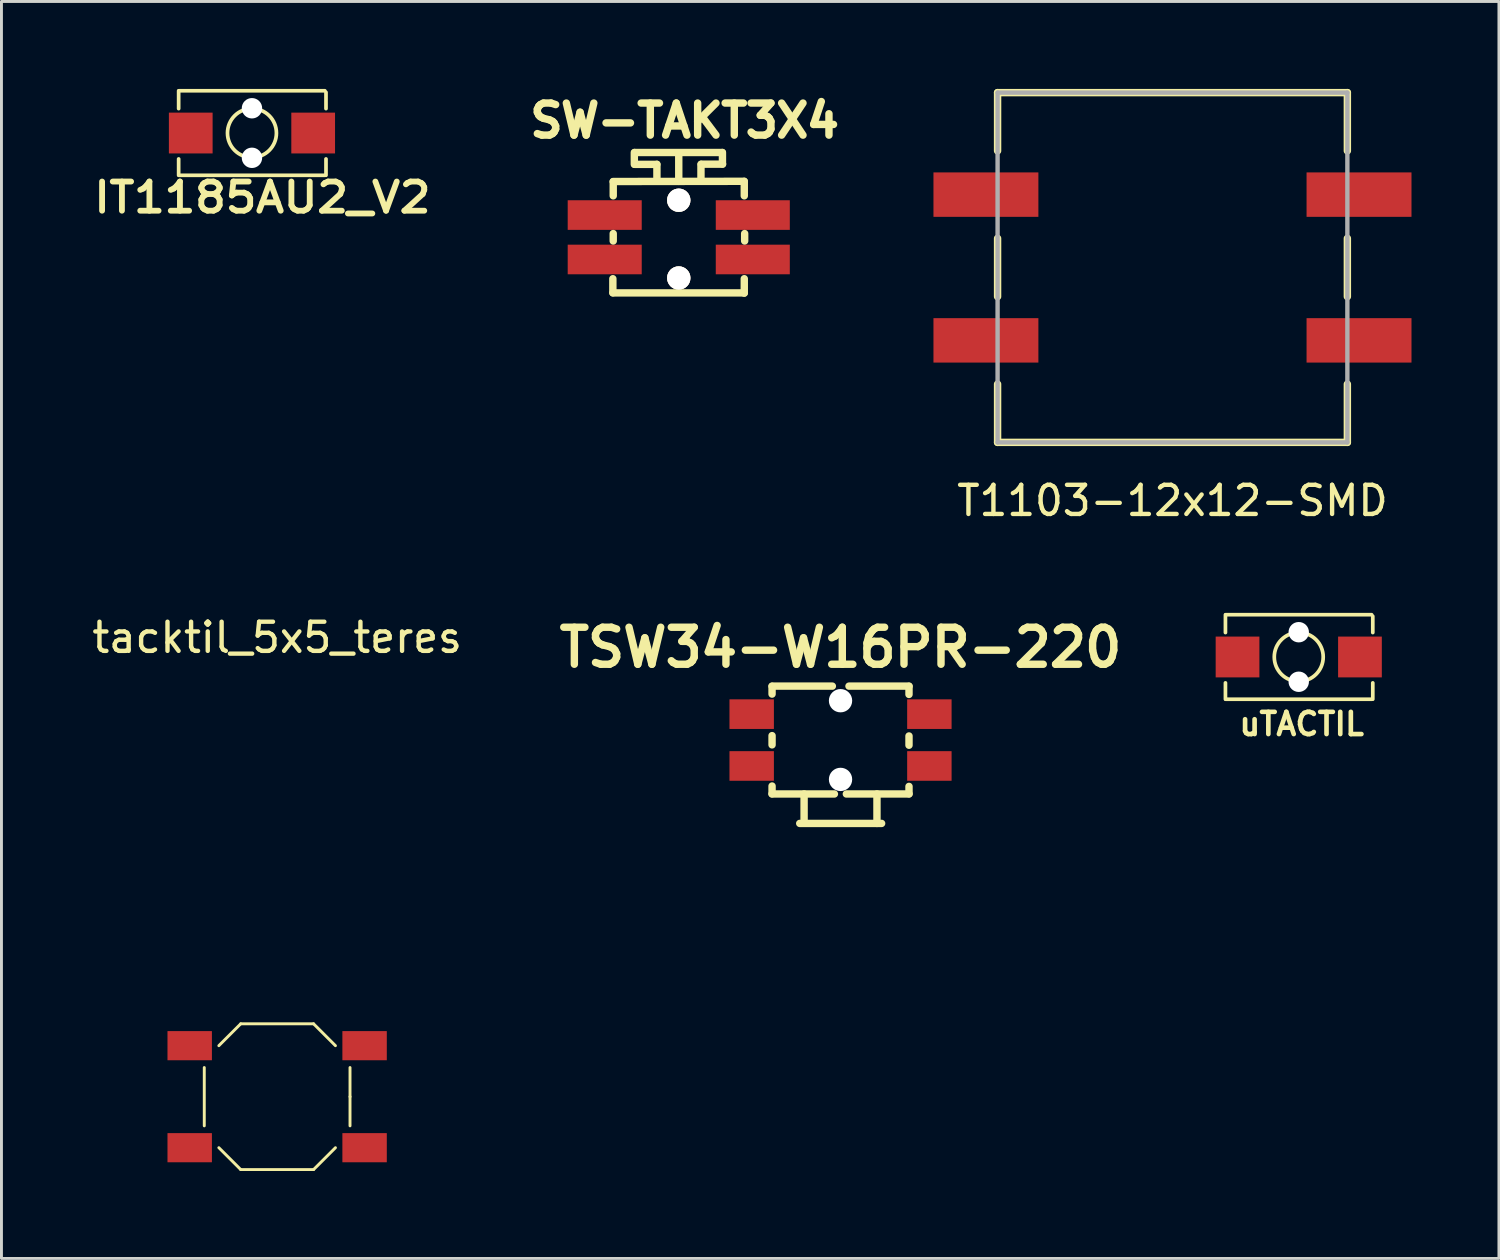
<source format=kicad_pcb>
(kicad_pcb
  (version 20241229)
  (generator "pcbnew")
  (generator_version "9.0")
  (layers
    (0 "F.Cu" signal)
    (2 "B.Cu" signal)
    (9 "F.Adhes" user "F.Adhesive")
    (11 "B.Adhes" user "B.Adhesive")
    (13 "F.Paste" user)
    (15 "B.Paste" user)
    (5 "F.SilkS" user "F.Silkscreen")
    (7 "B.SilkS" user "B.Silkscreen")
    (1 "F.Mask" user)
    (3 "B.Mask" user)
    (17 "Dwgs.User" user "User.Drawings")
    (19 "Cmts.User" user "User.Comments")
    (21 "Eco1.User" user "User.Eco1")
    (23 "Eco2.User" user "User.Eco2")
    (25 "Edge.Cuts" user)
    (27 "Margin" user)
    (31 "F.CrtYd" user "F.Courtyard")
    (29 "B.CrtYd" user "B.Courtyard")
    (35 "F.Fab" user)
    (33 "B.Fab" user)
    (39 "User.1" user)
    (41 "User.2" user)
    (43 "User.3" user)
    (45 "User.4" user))
  (footprint "tacktil_5x5_teres"
    (layer "F.Cu")
    (at 6.458 34.574)
    (property "Reference" "tacktil_5x5_teres" (at 0 -15.75 0) (layer "F.SilkS") (effects (font (size 1 1) (thickness 0.15))))
    (attr through_hole)
    (fp_line (start -2.5 -1) (end -2.5 1) (stroke (width 0.1) (type solid)) (layer "F.SilkS"))
    (fp_line (start -1.25 -2.5) (end -2 -1.75) (stroke (width 0.1) (type solid)) (layer "F.SilkS"))
    (fp_line (start -1.25 2.5) (end -2 1.75) (stroke (width 0.1) (type solid)) (layer "F.SilkS"))
    (fp_line (start -1.25 2.5) (end 1.25 2.5) (stroke (width 0.1) (type solid)) (layer "F.SilkS"))
    (fp_line (start 1.25 -2.5) (end -1.25 -2.5) (stroke (width 0.1) (type solid)) (layer "F.SilkS"))
    (fp_line (start 1.25 -2.5) (end 2 -1.75) (stroke (width 0.1) (type solid)) (layer "F.SilkS"))
    (fp_line (start 1.25 2.5) (end 2 1.75) (stroke (width 0.1) (type solid)) (layer "F.SilkS"))
    (fp_line (start 2.5 0) (end 2.5 -1) (stroke (width 0.1) (type solid)) (layer "F.SilkS"))
    (fp_line (start 2.5 0) (end 2.5 1) (stroke (width 0.1) (type solid)) (layer "F.SilkS"))
    (pad "1" smd rect (at -3 -1.75) (size 1.524 1) (layers "F.Cu" "F.Mask" "F.Paste"))
    (pad "1" smd rect (at 3 -1.75) (size 1.524 1) (layers "F.Cu" "F.Mask" "F.Paste"))
    (pad "2" smd rect (at -3 1.75) (size 1.524 1) (layers "F.Cu" "F.Mask" "F.Paste"))
    (pad "2" smd rect (at 3 1.75) (size 1.524 1) (layers "F.Cu" "F.Mask" "F.Paste")))
  (footprint "uTACTIL"
    (layer "F.Cu")
    (at 41.506 19.489)
    (property "Reference" "uTACTIL" (at 0.1 2.3 180) (layer "F.SilkS") (effects (font (size 0.762 0.762) (thickness 0.159))))
    (attr smd)
    (fp_line (start -2.515 -1.448) (end -2.515 -0.838) (stroke (width 0.127) (type solid)) (layer "F.SilkS"))
    (fp_line (start -2.515 0.889) (end -2.515 1.448) (stroke (width 0.127) (type solid)) (layer "F.SilkS"))
    (fp_line (start -2.5 -1.45) (end 2.5 -1.45) (stroke (width 0.127) (type solid)) (layer "F.SilkS"))
    (fp_line (start -2.5 1.45) (end 2.5 1.45) (stroke (width 0.127) (type solid)) (layer "F.SilkS"))
    (fp_line (start 2.54 -1.397) (end 2.54 -0.838) (stroke (width 0.127) (type solid)) (layer "F.SilkS"))
    (fp_line (start 2.54 0.889) (end 2.54 1.448) (stroke (width 0.127) (type solid)) (layer "F.SilkS"))
    (fp_circle (center 0 0) (end 0.838 0.051) (stroke (width 0.127) (type solid)) (fill no) (layer "F.SilkS"))
    (pad "" np_thru_hole circle (at 0 -0.85) (size 0.7 0.7) (drill 0.7) (layers "*.Cu" "*.Mask"))
    (pad "" np_thru_hole circle (at 0 0.85) (size 0.7 0.7) (drill 0.7) (layers "*.Cu" "*.Mask"))
    (pad "1" smd rect (at -2.1 0) (size 1.5 1.4) (layers "F.Cu" "F.Mask" "F.Paste"))
    (pad "2" smd rect (at 2.1 0) (size 1.5 1.4) (layers "F.Cu" "F.Mask" "F.Paste")))
  (footprint "T1103-12x12-SMD"
    (layer "F.Cu")
    (at 37.174 6.127)
    (property "Reference" "T1103-12x12-SMD" (at 0 8 0) (layer "F.SilkS") (effects (font (size 1 1) (thickness 0.15))))
    (attr through_hole)
    (fp_line (start -6 -6) (end 6 -6) (stroke (width 0.254) (type solid)) (layer "F.SilkS"))
    (fp_line (start -6 -4) (end -6 -6) (stroke (width 0.254) (type solid)) (layer "F.SilkS"))
    (fp_line (start -6 1) (end -6 -1) (stroke (width 0.254) (type solid)) (layer "F.SilkS"))
    (fp_line (start -6 6) (end -6 4) (stroke (width 0.254) (type solid)) (layer "F.SilkS"))
    (fp_line (start 6 -6) (end 6 -4) (stroke (width 0.254) (type solid)) (layer "F.SilkS"))
    (fp_line (start 6 -1) (end 6 1) (stroke (width 0.254) (type solid)) (layer "F.SilkS"))
    (fp_line (start 6 4) (end 6 6) (stroke (width 0.254) (type solid)) (layer "F.SilkS"))
    (fp_line (start 6 6) (end -6 6) (stroke (width 0.254) (type solid)) (layer "F.SilkS"))
    (fp_line (start -6 -6) (end 6 -6) (stroke (width 0.15) (type solid)) (layer "F.Fab"))
    (fp_line (start -6 6) (end -6 -6) (stroke (width 0.15) (type solid)) (layer "F.Fab"))
    (fp_line (start 6 -6) (end 6 6) (stroke (width 0.15) (type solid)) (layer "F.Fab"))
    (fp_line (start 6 6) (end -6 6) (stroke (width 0.15) (type solid)) (layer "F.Fab"))
    (pad "1" smd rect (at -6.4 -2.5) (size 3.6 1.524) (layers "F.Cu" "F.Mask" "F.Paste"))
    (pad "2" smd rect (at 6.4 -2.5) (size 3.6 1.524) (layers "F.Cu" "F.Mask" "F.Paste"))
    (pad "3" smd rect (at -6.4 2.5) (size 3.6 1.524) (layers "F.Cu" "F.Mask" "F.Paste"))
    (pad "4" smd rect (at 6.4 2.5) (size 3.6 1.524) (layers "F.Cu" "F.Mask" "F.Paste")))
  (footprint "TSW34-W16PR-220"
    (layer "F.Cu")
    (at 25.786 22.339)
    (property "Reference" "TSW34-W16PR-220" (at 0 -3.175 0) (layer "F.SilkS") (effects (font (size 1.27 1.27) (thickness 0.254))))
    (attr smd)
    (fp_line (start -2.35 -1.85) (end -0.28 -1.85) (stroke (width 0.254) (type solid)) (layer "F.SilkS"))
    (fp_line (start -2.35 1.85) (end -0.21 1.85) (stroke (width 0.254) (type solid)) (layer "F.SilkS"))
    (fp_line (start -2.349 -1.844) (end -2.349 -1.577) (stroke (width 0.254) (type solid)) (layer "F.SilkS"))
    (fp_line (start -2.349 -0.152) (end -2.349 0.165) (stroke (width 0.254) (type solid)) (layer "F.SilkS"))
    (fp_line (start -2.349 1.844) (end -2.349 1.577) (stroke (width 0.254) (type solid)) (layer "F.SilkS"))
    (fp_line (start -1.4 2.86) (end 1.41 2.86) (stroke (width 0.254) (type solid)) (layer "F.SilkS"))
    (fp_line (start -1.25 1.85) (end -1.25 2.84) (stroke (width 0.254) (type solid)) (layer "F.SilkS"))
    (fp_line (start 1.25 1.85) (end 1.25 2.86) (stroke (width 0.254) (type solid)) (layer "F.SilkS"))
    (fp_line (start 2.349 -1.844) (end 2.349 -1.565) (stroke (width 0.254) (type solid)) (layer "F.SilkS"))
    (fp_line (start 2.349 -0.14) (end 2.349 0.178) (stroke (width 0.254) (type solid)) (layer "F.SilkS"))
    (fp_line (start 2.349 1.844) (end 2.349 1.59) (stroke (width 0.254) (type solid)) (layer "F.SilkS"))
    (fp_line (start 2.35 -1.85) (end 0.29 -1.85) (stroke (width 0.254) (type solid)) (layer "F.SilkS"))
    (fp_line (start 2.35 1.85) (end 0.2 1.85) (stroke (width 0.254) (type solid)) (layer "F.SilkS"))
    (pad "" np_thru_hole circle (at 0 -1.35) (size 0.8 0.8) (drill 0.8) (layers "*.Cu" "*.Mask"))
    (pad "" np_thru_hole circle (at 0 1.35) (size 0.8 0.8) (drill 0.8) (layers "*.Cu" "*.Mask"))
    (pad "1" smd rect (at -3.048 0.889) (size 1.524 1.016) (layers "F.Cu" "F.Mask" "F.Paste"))
    (pad "1" smd rect (at 3.048 0.889) (size 1.524 1.016) (layers "F.Cu" "F.Mask" "F.Paste"))
    (pad "2" smd rect (at -3.048 -0.889) (size 1.524 1.016) (layers "F.Cu" "F.Mask" "F.Paste"))
    (pad "2" smd rect (at 3.048 -0.889) (size 1.524 1.016) (layers "F.Cu" "F.Mask" "F.Paste")))
  (footprint "SW-TAKT3X4"
    (layer "F.Cu")
    (at 20.236 5.09)
    (property "Reference" "SW-TAKT3X4" (at 0.203 -4 0) (layer "F.SilkS") (effects (font (size 1.1 1.1) (thickness 0.254))))
    (attr smd)
    (fp_line (start -2.261 1.905) (end -2.261 1.422) (stroke (width 0.254) (type solid)) (layer "F.SilkS"))
    (fp_line (start -2.25 -1.913) (end 2.245 -1.92) (stroke (width 0.254) (type solid)) (layer "F.SilkS"))
    (fp_line (start -2.248 -1.905) (end -2.248 -1.422) (stroke (width 0.254) (type solid)) (layer "F.SilkS"))
    (fp_line (start -2.248 0.127) (end -2.248 -0.127) (stroke (width 0.254) (type solid)) (layer "F.SilkS"))
    (fp_line (start -1.524 -2.908) (end -1.524 -2.502) (stroke (width 0.254) (type solid)) (layer "F.SilkS"))
    (fp_line (start -1.509 -2.908) (end 1.491 -2.908) (stroke (width 0.254) (type solid)) (layer "F.SilkS"))
    (fp_line (start -0.754 -2.502) (end -1.509 -2.502) (stroke (width 0.254) (type solid)) (layer "F.SilkS"))
    (fp_line (start -0.749 -2.502) (end -0.749 -1.93) (stroke (width 0.254) (type solid)) (layer "F.SilkS"))
    (fp_line (start 0 -1.918) (end 0 -2.883) (stroke (width 0.254) (type solid)) (layer "F.SilkS"))
    (fp_line (start 0.762 -1.93) (end 0.762 -2.502) (stroke (width 0.254) (type solid)) (layer "F.SilkS"))
    (fp_line (start 1.499 -2.908) (end 1.499 -2.515) (stroke (width 0.254) (type solid)) (layer "F.SilkS"))
    (fp_line (start 1.504 -2.507) (end 0.772 -2.507) (stroke (width 0.254) (type solid)) (layer "F.SilkS"))
    (fp_line (start 2.245 1.908) (end -2.258 1.908) (stroke (width 0.254) (type solid)) (layer "F.SilkS"))
    (fp_line (start 2.248 -1.918) (end 2.248 -1.422) (stroke (width 0.254) (type solid)) (layer "F.SilkS"))
    (fp_line (start 2.248 1.918) (end 2.248 1.422) (stroke (width 0.254) (type solid)) (layer "F.SilkS"))
    (fp_line (start 2.261 0.127) (end 2.261 -0.127) (stroke (width 0.254) (type solid)) (layer "F.SilkS"))
    (pad "1" smd rect (at -2.54 -0.762) (size 2.54 1.016) (layers "F.Cu" "F.Mask" "F.Paste"))
    (pad "2" smd rect (at -2.54 0.762) (size 2.54 1.016) (layers "F.Cu" "F.Mask" "F.Paste"))
    (pad "3" smd rect (at 2.54 -0.762) (size 2.54 1.016) (layers "F.Cu" "F.Mask" "F.Paste"))
    (pad "4" smd rect (at 2.54 0.762) (size 2.54 1.016) (layers "F.Cu" "F.Mask" "F.Paste"))
    (pad "5" thru_hole circle (at 0 -1.27) (size 0.8 0.8) (drill 0.8) (layers "*.Cu" "*.Mask" "F.SilkS"))
    (pad "6" thru_hole circle (at 0 1.397) (size 0.8 0.8) (drill 0.8) (layers "*.Cu" "*.Mask" "F.SilkS")))
  (footprint "IT1185AU2_V2"
    (layer "F.Cu")
    (at 5.594 1.514)
    (property "Reference" "IT1185AU2_V2" (at 0.358 2.212 0) (layer "F.SilkS") (effects (font (size 1 1.1) (thickness 0.2))))
    (attr smd)
    (fp_line (start -2.515 -1.448) (end -2.515 -0.838) (stroke (width 0.127) (type solid)) (layer "F.SilkS"))
    (fp_line (start -2.515 0.889) (end -2.515 1.448) (stroke (width 0.127) (type solid)) (layer "F.SilkS"))
    (fp_line (start -2.5 -1.45) (end 2.5 -1.45) (stroke (width 0.127) (type solid)) (layer "F.SilkS"))
    (fp_line (start -2.5 1.45) (end 2.5 1.45) (stroke (width 0.127) (type solid)) (layer "F.SilkS"))
    (fp_line (start 2.54 -1.397) (end 2.54 -0.838) (stroke (width 0.127) (type solid)) (layer "F.SilkS"))
    (fp_line (start 2.54 0.889) (end 2.54 1.448) (stroke (width 0.127) (type solid)) (layer "F.SilkS"))
    (fp_circle (center 0 0) (end 0.838 0.051) (stroke (width 0.127) (type solid)) (fill no) (layer "F.SilkS"))
    (pad "" np_thru_hole circle (at 0 -0.85) (size 0.7 0.7) (drill 0.7) (layers "*.Cu" "*.Mask"))
    (pad "" np_thru_hole circle (at 0 0.85) (size 0.7 0.7) (drill 0.7) (layers "*.Cu" "*.Mask"))
    (pad "1" smd rect (at -2.1 0) (size 1.5 1.4) (layers "F.Cu" "F.Mask" "F.Paste"))
    (pad "2" smd rect (at 2.1 0) (size 1.5 1.4) (layers "F.Cu" "F.Mask" "F.Paste")))
  (gr_rect
    (start -3 -3)
    (end 48.374 40.123)
    (stroke (width 0.1) (type default))
    (fill no)
    (layer "Edge.Cuts")))
</source>
